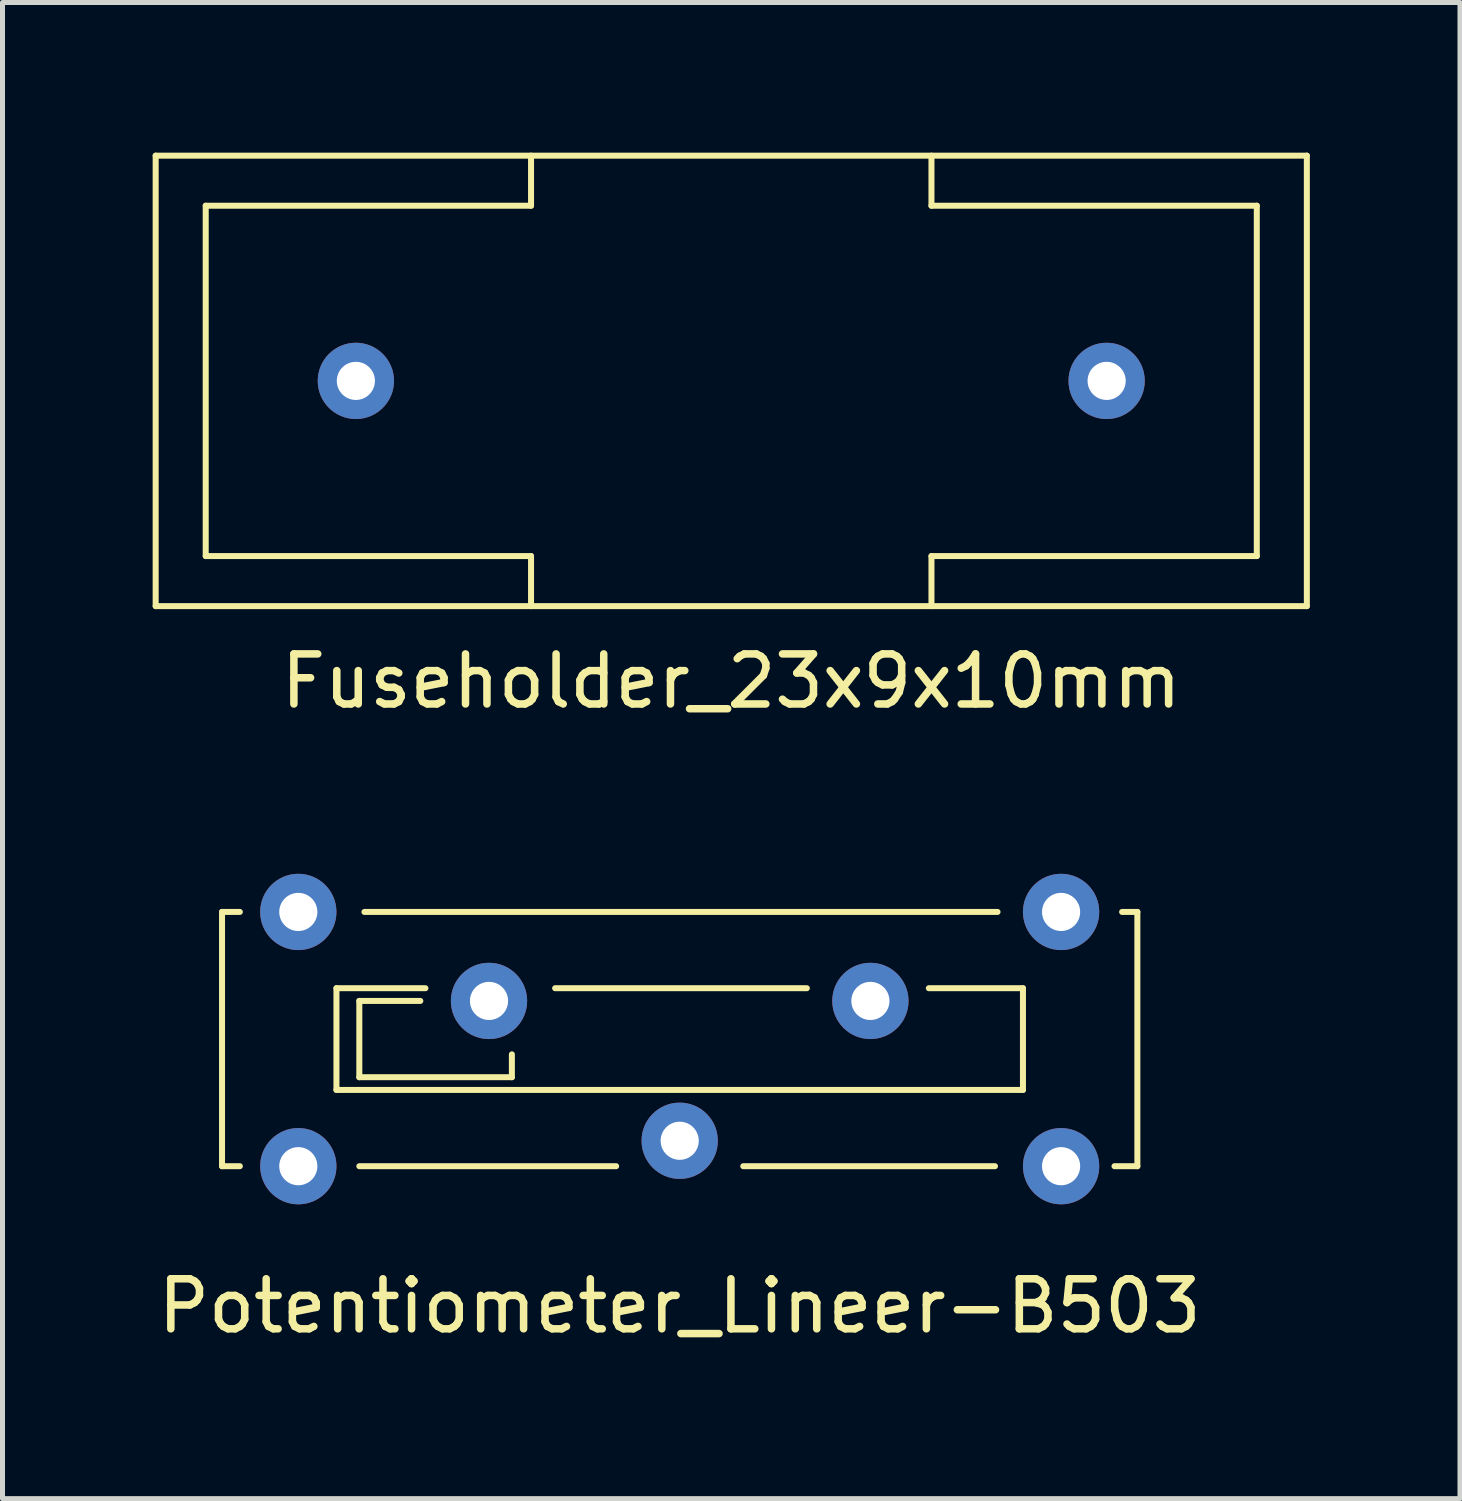
<source format=kicad_pcb>
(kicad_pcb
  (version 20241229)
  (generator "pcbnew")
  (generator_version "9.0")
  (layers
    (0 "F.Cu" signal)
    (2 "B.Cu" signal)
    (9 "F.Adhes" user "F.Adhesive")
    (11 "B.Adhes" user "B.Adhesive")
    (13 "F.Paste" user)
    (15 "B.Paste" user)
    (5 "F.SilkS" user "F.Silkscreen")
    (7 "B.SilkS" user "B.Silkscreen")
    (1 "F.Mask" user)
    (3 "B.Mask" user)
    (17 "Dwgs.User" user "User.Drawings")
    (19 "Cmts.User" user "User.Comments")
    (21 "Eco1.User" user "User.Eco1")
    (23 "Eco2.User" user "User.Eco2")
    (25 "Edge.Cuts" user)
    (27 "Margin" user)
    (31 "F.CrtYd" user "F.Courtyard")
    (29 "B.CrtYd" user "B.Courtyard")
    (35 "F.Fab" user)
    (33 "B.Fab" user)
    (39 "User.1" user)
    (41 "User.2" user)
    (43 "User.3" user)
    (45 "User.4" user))
  (footprint "Fuseholder_23x9x10mm"
    (layer "F.Cu")
    (at 11.56 4.56)
    (property "Reference" "Fuseholder_23x9x10mm" (at 0 6 0) (layer "F.SilkS") (effects (font (size 1 1) (thickness 0.15))))
    (attr through_hole)
    (fp_line (start -11.5 -4.5) (end 11.5 -4.5) (stroke (width 0.12) (type solid)) (layer "F.SilkS"))
    (fp_line (start -11.5 4.5) (end -11.5 -4.5) (stroke (width 0.12) (type solid)) (layer "F.SilkS"))
    (fp_line (start -10.5 -3.5) (end -10.5 3.5) (stroke (width 0.12) (type solid)) (layer "F.SilkS"))
    (fp_line (start -10.5 -3.5) (end -4 -3.5) (stroke (width 0.12) (type solid)) (layer "F.SilkS"))
    (fp_line (start -10.5 3.5) (end -4 3.5) (stroke (width 0.12) (type solid)) (layer "F.SilkS"))
    (fp_line (start -4 -3.5) (end -4 -4.5) (stroke (width 0.12) (type solid)) (layer "F.SilkS"))
    (fp_line (start -4 3.5) (end -4 4.5) (stroke (width 0.12) (type solid)) (layer "F.SilkS"))
    (fp_line (start 4 -3.5) (end 4 -4.5) (stroke (width 0.12) (type solid)) (layer "F.SilkS"))
    (fp_line (start 4 3.5) (end 4 4.5) (stroke (width 0.12) (type solid)) (layer "F.SilkS"))
    (fp_line (start 10.5 -3.5) (end 4 -3.5) (stroke (width 0.12) (type solid)) (layer "F.SilkS"))
    (fp_line (start 10.5 -3.5) (end 10.5 3.5) (stroke (width 0.12) (type solid)) (layer "F.SilkS"))
    (fp_line (start 10.5 3.5) (end 4 3.5) (stroke (width 0.12) (type solid)) (layer "F.SilkS"))
    (fp_line (start 11.5 -4.5) (end 11.5 4.5) (stroke (width 0.12) (type solid)) (layer "F.SilkS"))
    (fp_line (start 11.5 4.5) (end -11.5 4.5) (stroke (width 0.12) (type solid)) (layer "F.SilkS"))
    (pad "1" thru_hole circle (at -7.5 0) (size 1.524 1.524) (drill 0.762) (layers "*.Cu" "*.Mask"))
    (pad "2" thru_hole circle (at 7.5 0) (size 1.524 1.524) (drill 0.762) (layers "*.Cu" "*.Mask")))
  (footprint "Potentiometer_Lineer-B503"
    (layer "F.Cu")
    (at 10.53 17.71)
    (property "Reference" "Potentiometer_Lineer-B503" (at 0 5.334 0) (layer "F.SilkS") (effects (font (size 1 1) (thickness 0.15))))
    (attr through_hole)
    (fp_line (start -9.144 -2.54) (end -8.788 -2.54) (stroke (width 0.12) (type solid)) (layer "F.SilkS"))
    (fp_line (start -9.144 2.54) (end -9.144 -2.54) (stroke (width 0.12) (type solid)) (layer "F.SilkS"))
    (fp_line (start -9.144 2.54) (end -8.788 2.54) (stroke (width 0.12) (type solid)) (layer "F.SilkS"))
    (fp_line (start -6.858 -1.016) (end -5.08 -1.016) (stroke (width 0.12) (type solid)) (layer "F.SilkS"))
    (fp_line (start -6.858 1.016) (end -6.858 -1.016) (stroke (width 0.12) (type solid)) (layer "F.SilkS"))
    (fp_line (start -6.401 -0.762) (end -6.401 0.762) (stroke (width 0.12) (type solid)) (layer "F.SilkS"))
    (fp_line (start -6.401 0.762) (end -3.353 0.762) (stroke (width 0.12) (type solid)) (layer "F.SilkS"))
    (fp_line (start -6.299 -2.54) (end 6.35 -2.54) (stroke (width 0.12) (type solid)) (layer "F.SilkS"))
    (fp_line (start -5.182 -0.762) (end -6.401 -0.762) (stroke (width 0.12) (type solid)) (layer "F.SilkS"))
    (fp_line (start -3.353 0.762) (end -3.353 0.305) (stroke (width 0.12) (type solid)) (layer "F.SilkS"))
    (fp_line (start -2.489 -1.016) (end 2.54 -1.016) (stroke (width 0.12) (type solid)) (layer "F.SilkS"))
    (fp_line (start -1.27 2.54) (end -6.401 2.54) (stroke (width 0.12) (type solid)) (layer "F.SilkS"))
    (fp_line (start 6.299 2.54) (end 1.27 2.54) (stroke (width 0.12) (type solid)) (layer "F.SilkS"))
    (fp_line (start 6.858 -1.016) (end 4.978 -1.016) (stroke (width 0.12) (type solid)) (layer "F.SilkS"))
    (fp_line (start 6.858 -1.016) (end 6.858 1.016) (stroke (width 0.12) (type solid)) (layer "F.SilkS"))
    (fp_line (start 6.858 1.016) (end -6.858 1.016) (stroke (width 0.12) (type solid)) (layer "F.SilkS"))
    (fp_line (start 9.144 -2.54) (end 8.839 -2.54) (stroke (width 0.12) (type solid)) (layer "F.SilkS"))
    (fp_line (start 9.144 -2.54) (end 9.144 2.54) (stroke (width 0.12) (type solid)) (layer "F.SilkS"))
    (fp_line (start 9.144 2.54) (end 8.687 2.54) (stroke (width 0.12) (type solid)) (layer "F.SilkS"))
    (pad "1" thru_hole circle (at -3.81 -0.762) (size 1.524 1.524) (drill 0.762) (layers "*.Cu" "*.Mask"))
    (pad "2" thru_hole circle (at 0 2.032) (size 1.524 1.524) (drill 0.762) (layers "*.Cu" "*.Mask"))
    (pad "3" thru_hole circle (at 3.81 -0.762) (size 1.524 1.524) (drill 0.762) (layers "*.Cu" "*.Mask"))
    (pad "4" thru_hole circle (at -7.62 -2.54) (size 1.524 1.524) (drill 0.762) (layers "*.Cu" "*.Mask"))
    (pad "4" thru_hole circle (at -7.62 2.54) (size 1.524 1.524) (drill 0.762) (layers "*.Cu" "*.Mask"))
    (pad "4" thru_hole circle (at 7.62 -2.54) (size 1.524 1.524) (drill 0.762) (layers "*.Cu" "*.Mask"))
    (pad "4" thru_hole circle (at 7.62 2.54) (size 1.524 1.524) (drill 0.762) (layers "*.Cu" "*.Mask")))
  (gr_rect
    (start -3 -3)
    (end 26.12 26.892)
    (stroke (width 0.1) (type default))
    (fill no)
    (layer "Edge.Cuts")))
</source>
